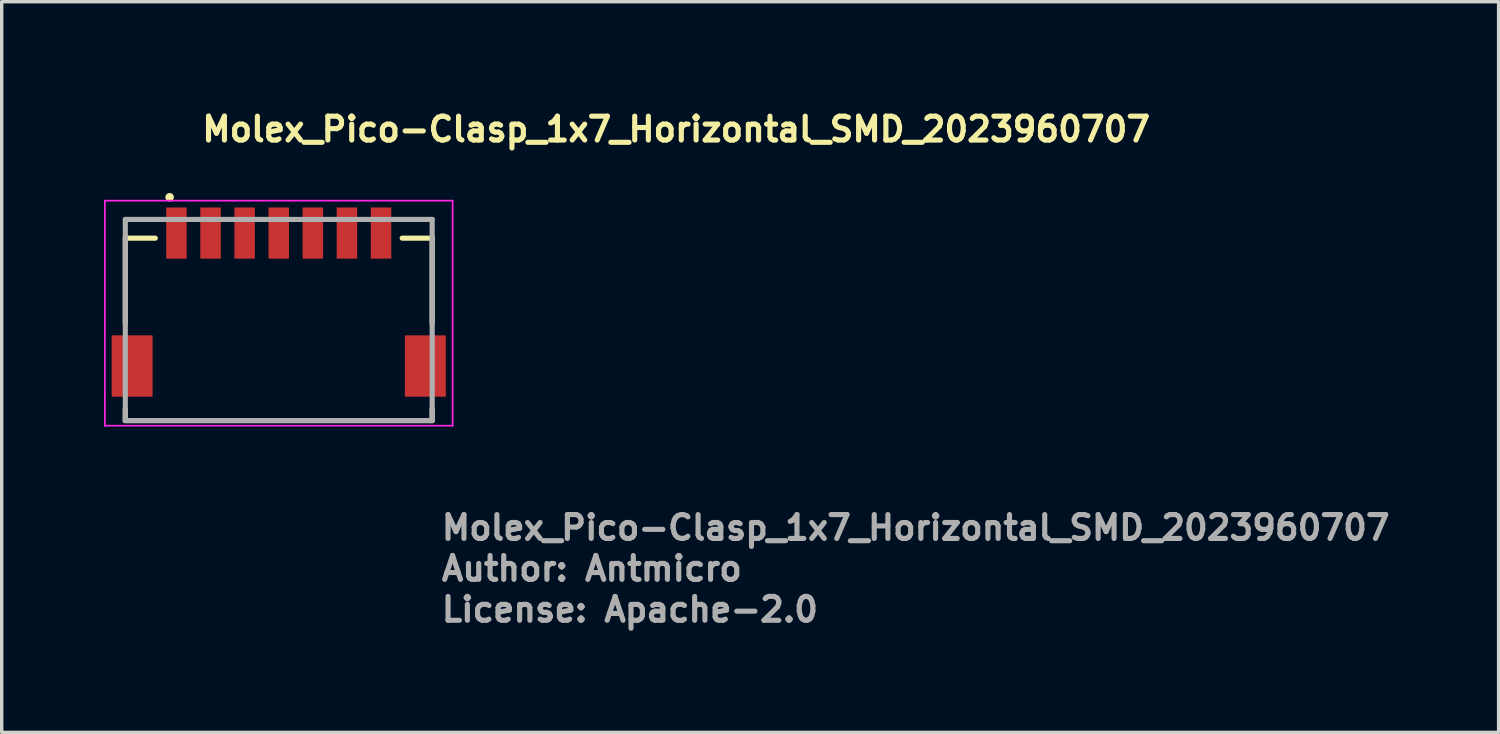
<source format=kicad_pcb>
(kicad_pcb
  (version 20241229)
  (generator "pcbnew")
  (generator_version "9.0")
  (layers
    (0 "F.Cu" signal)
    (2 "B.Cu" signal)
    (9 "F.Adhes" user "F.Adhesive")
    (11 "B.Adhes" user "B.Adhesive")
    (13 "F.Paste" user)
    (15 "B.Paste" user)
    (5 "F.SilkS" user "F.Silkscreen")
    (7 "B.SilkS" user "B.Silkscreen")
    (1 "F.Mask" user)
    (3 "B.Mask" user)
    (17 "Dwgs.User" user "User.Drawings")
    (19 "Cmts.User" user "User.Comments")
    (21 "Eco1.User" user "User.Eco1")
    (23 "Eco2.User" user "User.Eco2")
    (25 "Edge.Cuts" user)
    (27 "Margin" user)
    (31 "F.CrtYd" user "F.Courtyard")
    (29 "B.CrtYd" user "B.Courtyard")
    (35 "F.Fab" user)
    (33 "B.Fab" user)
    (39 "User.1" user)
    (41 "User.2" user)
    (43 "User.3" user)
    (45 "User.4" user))
  (footprint "Molex_Pico-Clasp_1x7_Horizontal_SMD_2023960707"
    (layer "F.Cu")
    (at 5.125 6.335)
    (property "Reference" "Molex_Pico-Clasp_1x7_Horizontal_SMD_2023960707" (at -2.325 -5.185 0) (layer "F.SilkS") (effects (font (size 0.7 0.7) (thickness 0.15)) (justify left bottom)))
    (attr smd)
    (fp_poly (pts (xy -4.976 0.374) (xy -3.624 0.374) (xy -3.624 2.326) (xy -4.976 2.326)) (stroke (width 0.01) (type solid)) (fill yes) (layer "F.Mask"))
    (fp_poly (pts (xy -3.376 -3.376) (xy -2.624 -3.376) (xy -2.624 -1.724) (xy -3.376 -1.724)) (stroke (width 0.01) (type solid)) (fill yes) (layer "F.Mask"))
    (fp_poly (pts (xy -2.376 -3.376) (xy -1.624 -3.376) (xy -1.624 -1.724) (xy -2.376 -1.724)) (stroke (width 0.01) (type solid)) (fill yes) (layer "F.Mask"))
    (fp_poly (pts (xy -1.376 -3.376) (xy -0.624 -3.376) (xy -0.624 -1.724) (xy -1.376 -1.724)) (stroke (width 0.01) (type solid)) (fill yes) (layer "F.Mask"))
    (fp_poly (pts (xy -0.376 -3.376) (xy 0.376 -3.376) (xy 0.376 -1.724) (xy -0.376 -1.724)) (stroke (width 0.01) (type solid)) (fill yes) (layer "F.Mask"))
    (fp_poly (pts (xy 0.624 -3.376) (xy 1.376 -3.376) (xy 1.376 -1.724) (xy 0.624 -1.724)) (stroke (width 0.01) (type solid)) (fill yes) (layer "F.Mask"))
    (fp_poly (pts (xy 1.624 -3.376) (xy 2.376 -3.376) (xy 2.376 -1.724) (xy 1.624 -1.724)) (stroke (width 0.01) (type solid)) (fill yes) (layer "F.Mask"))
    (fp_poly (pts (xy 2.624 -3.376) (xy 3.376 -3.376) (xy 3.376 -1.724) (xy 2.624 -1.724)) (stroke (width 0.01) (type solid)) (fill yes) (layer "F.Mask"))
    (fp_poly (pts (xy 3.624 0.374) (xy 4.976 0.374) (xy 4.976 2.326) (xy 3.624 2.326)) (stroke (width 0.01) (type solid)) (fill yes) (layer "F.Mask"))
    (fp_line (start -4.5 -2.4) (end -3.62 -2.4) (stroke (width 0.15) (type solid)) (layer "F.SilkS"))
    (fp_line (start -4.5 0.1) (end -4.5 -2.4) (stroke (width 0.15) (type solid)) (layer "F.SilkS"))
    (fp_line (start -4.5 2.6) (end -4.5 2.95) (stroke (width 0.15) (type solid)) (layer "F.SilkS"))
    (fp_line (start -4.5 2.95) (end 4.5 2.95) (stroke (width 0.15) (type solid)) (layer "F.SilkS"))
    (fp_line (start 3.62 -2.4) (end 4.5 -2.4) (stroke (width 0.15) (type solid)) (layer "F.SilkS"))
    (fp_line (start 4.5 -2.4) (end 4.5 0.1) (stroke (width 0.15) (type solid)) (layer "F.SilkS"))
    (fp_line (start 4.5 2.95) (end 4.5 2.6) (stroke (width 0.15) (type solid)) (layer "F.SilkS"))
    (fp_circle (center -3.2 -3.6) (end -3.15 -3.6) (stroke (width 0.15) (type solid)) (fill yes) (layer "F.SilkS"))
    (fp_line (start -5.1 -3.5) (end 5.1 -3.5) (stroke (width 0.05) (type solid)) (layer "F.CrtYd"))
    (fp_line (start -5.1 3.1) (end -5.1 -3.5) (stroke (width 0.05) (type solid)) (layer "F.CrtYd"))
    (fp_line (start -5.1 3.1) (end 5.1 3.1) (stroke (width 0.05) (type solid)) (layer "F.CrtYd"))
    (fp_line (start 5.1 -3.5) (end 5.1 3.1) (stroke (width 0.05) (type solid)) (layer "F.CrtYd"))
    (fp_line (start -4.5 -2.95) (end 4.5 -2.95) (stroke (width 0.15) (type solid)) (layer "F.Fab"))
    (fp_line (start -4.5 2.95) (end -4.5 -2.95) (stroke (width 0.15) (type solid)) (layer "F.Fab"))
    (fp_line (start 4.5 -2.95) (end 4.5 2.95) (stroke (width 0.15) (type solid)) (layer "F.Fab"))
    (fp_line (start 4.5 2.95) (end -4.5 2.95) (stroke (width 0.15) (type solid)) (layer "F.Fab"))
    (fp_line (start -4.5 -2.44) (end -4.5 -1.69) (stroke (width 0.1) (type solid)) (layer "User.9"))
    (fp_line (start -4.5 -1.69) (end -4.499 -1.69) (stroke (width 0.1) (type solid)) (layer "User.9"))
    (fp_line (start -4.5 2.91) (end -4.5 -1.69) (stroke (width 0.1) (type solid)) (layer "User.9"))
    (fp_line (start -4.499 -1.69) (end -4.495 -1.69) (stroke (width 0.1) (type solid)) (layer "User.9"))
    (fp_line (start -4.499 2.91) (end -4.5 2.91) (stroke (width 0.1) (type solid)) (layer "User.9"))
    (fp_line (start -4.495 -1.69) (end -4.489 -1.69) (stroke (width 0.1) (type solid)) (layer "User.9"))
    (fp_line (start -4.495 2.91) (end -4.499 2.91) (stroke (width 0.1) (type solid)) (layer "User.9"))
    (fp_line (start -4.489 -1.69) (end -4.48 -1.69) (stroke (width 0.1) (type solid)) (layer "User.9"))
    (fp_line (start -4.489 2.91) (end -4.495 2.91) (stroke (width 0.1) (type solid)) (layer "User.9"))
    (fp_line (start -4.48 -1.69) (end -4.469 -1.69) (stroke (width 0.1) (type solid)) (layer "User.9"))
    (fp_line (start -4.48 2.91) (end -4.489 2.91) (stroke (width 0.1) (type solid)) (layer "User.9"))
    (fp_line (start -4.469 -1.69) (end -4.456 -1.69) (stroke (width 0.1) (type solid)) (layer "User.9"))
    (fp_line (start -4.469 2.91) (end -4.48 2.91) (stroke (width 0.1) (type solid)) (layer "User.9"))
    (fp_line (start -4.456 -1.69) (end -4.441 -1.69) (stroke (width 0.1) (type solid)) (layer "User.9"))
    (fp_line (start -4.456 2.91) (end -4.469 2.91) (stroke (width 0.1) (type solid)) (layer "User.9"))
    (fp_line (start -4.441 -1.69) (end -4.425 -1.69) (stroke (width 0.1) (type solid)) (layer "User.9"))
    (fp_line (start -4.441 2.91) (end -4.456 2.91) (stroke (width 0.1) (type solid)) (layer "User.9"))
    (fp_line (start -4.425 -1.69) (end -4.406 -1.69) (stroke (width 0.1) (type solid)) (layer "User.9"))
    (fp_line (start -4.425 2.91) (end -4.441 2.91) (stroke (width 0.1) (type solid)) (layer "User.9"))
    (fp_line (start -4.406 -1.69) (end -4.387 -1.69) (stroke (width 0.1) (type solid)) (layer "User.9"))
    (fp_line (start -4.406 2.91) (end -4.425 2.91) (stroke (width 0.1) (type solid)) (layer "User.9"))
    (fp_line (start -4.387 -1.69) (end -4.366 -1.69) (stroke (width 0.1) (type solid)) (layer "User.9"))
    (fp_line (start -4.387 2.91) (end -4.406 2.91) (stroke (width 0.1) (type solid)) (layer "User.9"))
    (fp_line (start -4.366 -1.69) (end -4.345 -1.69) (stroke (width 0.1) (type solid)) (layer "User.9"))
    (fp_line (start -4.366 2.91) (end -4.387 2.91) (stroke (width 0.1) (type solid)) (layer "User.9"))
    (fp_line (start -4.345 -1.69) (end -4.322 -1.69) (stroke (width 0.1) (type solid)) (layer "User.9"))
    (fp_line (start -4.345 2.91) (end -4.366 2.91) (stroke (width 0.1) (type solid)) (layer "User.9"))
    (fp_line (start -4.322 -1.69) (end -4.3 -1.69) (stroke (width 0.1) (type solid)) (layer "User.9"))
    (fp_line (start -4.322 2.91) (end -4.345 2.91) (stroke (width 0.1) (type solid)) (layer "User.9"))
    (fp_line (start -4.3 -1.69) (end -4.3 2.91) (stroke (width 0.1) (type solid)) (layer "User.9"))
    (fp_line (start -4.3 -1.69) (end -3.86 -1.69) (stroke (width 0.1) (type solid)) (layer "User.9"))
    (fp_line (start -4.3 2.91) (end -4.322 2.91) (stroke (width 0.1) (type solid)) (layer "User.9"))
    (fp_line (start -3.86 -1.69) (end -3.66 -2.44) (stroke (width 0.1) (type solid)) (layer "User.9"))
    (fp_line (start -3.66 -2.44) (end -4.5 -2.44) (stroke (width 0.1) (type solid)) (layer "User.9"))
    (fp_line (start -3.125 -2.99) (end -3.125 -2.89) (stroke (width 0.1) (type solid)) (layer "User.9"))
    (fp_line (start -3.125 -2.89) (end -3.125 -2.44) (stroke (width 0.1) (type solid)) (layer "User.9"))
    (fp_line (start -2.875 -2.99) (end -3.125 -2.99) (stroke (width 0.1) (type solid)) (layer "User.9"))
    (fp_line (start -2.875 -2.99) (end -2.875 -2.89) (stroke (width 0.1) (type solid)) (layer "User.9"))
    (fp_line (start -2.875 -2.89) (end -3.125 -2.89) (stroke (width 0.1) (type solid)) (layer "User.9"))
    (fp_line (start -2.875 -2.89) (end -2.875 -2.44) (stroke (width 0.1) (type solid)) (layer "User.9"))
    (fp_line (start -2.8 2.1) (end -2.8 2.91) (stroke (width 0.1) (type solid)) (layer "User.9"))
    (fp_line (start -2.8 2.1) (end -2.45 2.1) (stroke (width 0.1) (type solid)) (layer "User.9"))
    (fp_line (start -2.8 2.76) (end -2.25 2.76) (stroke (width 0.1) (type solid)) (layer "User.9"))
    (fp_line (start -2.8 2.91) (end -4.3 2.91) (stroke (width 0.1) (type solid)) (layer "User.9"))
    (fp_line (start -2.45 -2.44) (end -3.66 -2.44) (stroke (width 0.1) (type solid)) (layer "User.9"))
    (fp_line (start -2.45 -2.44) (end -2.428 -2.44) (stroke (width 0.1) (type solid)) (layer "User.9"))
    (fp_line (start -2.45 2.1) (end -2.45 -2.44) (stroke (width 0.1) (type solid)) (layer "User.9"))
    (fp_line (start -2.428 -2.44) (end -2.405 -2.44) (stroke (width 0.1) (type solid)) (layer "User.9"))
    (fp_line (start -2.428 2.1) (end -2.45 2.1) (stroke (width 0.1) (type solid)) (layer "User.9"))
    (fp_line (start -2.405 -2.44) (end -2.384 -2.44) (stroke (width 0.1) (type solid)) (layer "User.9"))
    (fp_line (start -2.405 2.1) (end -2.428 2.1) (stroke (width 0.1) (type solid)) (layer "User.9"))
    (fp_line (start -2.384 -2.44) (end -2.363 -2.44) (stroke (width 0.1) (type solid)) (layer "User.9"))
    (fp_line (start -2.384 2.1) (end -2.405 2.1) (stroke (width 0.1) (type solid)) (layer "User.9"))
    (fp_line (start -2.363 -2.44) (end -2.344 -2.44) (stroke (width 0.1) (type solid)) (layer "User.9"))
    (fp_line (start -2.363 2.1) (end -2.384 2.1) (stroke (width 0.1) (type solid)) (layer "User.9"))
    (fp_line (start -2.344 -2.44) (end -2.325 -2.44) (stroke (width 0.1) (type solid)) (layer "User.9"))
    (fp_line (start -2.344 2.1) (end -2.363 2.1) (stroke (width 0.1) (type solid)) (layer "User.9"))
    (fp_line (start -2.325 -2.44) (end -2.309 -2.44) (stroke (width 0.1) (type solid)) (layer "User.9"))
    (fp_line (start -2.325 2.1) (end -2.344 2.1) (stroke (width 0.1) (type solid)) (layer "User.9"))
    (fp_line (start -2.309 -2.44) (end -2.294 -2.44) (stroke (width 0.1) (type solid)) (layer "User.9"))
    (fp_line (start -2.309 2.1) (end -2.325 2.1) (stroke (width 0.1) (type solid)) (layer "User.9"))
    (fp_line (start -2.294 -2.44) (end -2.281 -2.44) (stroke (width 0.1) (type solid)) (layer "User.9"))
    (fp_line (start -2.294 2.1) (end -2.309 2.1) (stroke (width 0.1) (type solid)) (layer "User.9"))
    (fp_line (start -2.281 -2.44) (end -2.27 -2.44) (stroke (width 0.1) (type solid)) (layer "User.9"))
    (fp_line (start -2.281 2.1) (end -2.294 2.1) (stroke (width 0.1) (type solid)) (layer "User.9"))
    (fp_line (start -2.27 -2.44) (end -2.261 -2.44) (stroke (width 0.1) (type solid)) (layer "User.9"))
    (fp_line (start -2.27 2.1) (end -2.281 2.1) (stroke (width 0.1) (type solid)) (layer "User.9"))
    (fp_line (start -2.261 -2.44) (end -2.255 -2.44) (stroke (width 0.1) (type solid)) (layer "User.9"))
    (fp_line (start -2.261 2.1) (end -2.27 2.1) (stroke (width 0.1) (type solid)) (layer "User.9"))
    (fp_line (start -2.255 -2.44) (end -2.251 -2.44) (stroke (width 0.1) (type solid)) (layer "User.9"))
    (fp_line (start -2.255 2.1) (end -2.261 2.1) (stroke (width 0.1) (type solid)) (layer "User.9"))
    (fp_line (start -2.251 -2.44) (end -2.25 -2.44) (stroke (width 0.1) (type solid)) (layer "User.9"))
    (fp_line (start -2.251 2.1) (end -2.255 2.1) (stroke (width 0.1) (type solid)) (layer "User.9"))
    (fp_line (start -2.25 -2.44) (end 2.25 -2.44) (stroke (width 0.1) (type solid)) (layer "User.9"))
    (fp_line (start -2.25 2.1) (end -2.251 2.1) (stroke (width 0.1) (type solid)) (layer "User.9"))
    (fp_line (start -2.25 2.91) (end -2.8 2.91) (stroke (width 0.1) (type solid)) (layer "User.9"))
    (fp_line (start -2.25 2.91) (end -2.25 -2.44) (stroke (width 0.1) (type solid)) (layer "User.9"))
    (fp_line (start -2.249 -2.439) (end -2.25 -2.44) (stroke (width 0.1) (type solid)) (layer "User.9"))
    (fp_line (start -2.249 2.91) (end -2.25 2.91) (stroke (width 0.1) (type solid)) (layer "User.9"))
    (fp_line (start -2.245 -2.435) (end -2.249 -2.439) (stroke (width 0.1) (type solid)) (layer "User.9"))
    (fp_line (start -2.245 2.91) (end -2.249 2.91) (stroke (width 0.1) (type solid)) (layer "User.9"))
    (fp_line (start -2.239 -2.429) (end -2.245 -2.435) (stroke (width 0.1) (type solid)) (layer "User.9"))
    (fp_line (start -2.239 2.91) (end -2.245 2.91) (stroke (width 0.1) (type solid)) (layer "User.9"))
    (fp_line (start -2.23 -2.42) (end -2.239 -2.429) (stroke (width 0.1) (type solid)) (layer "User.9"))
    (fp_line (start -2.23 2.91) (end -2.239 2.91) (stroke (width 0.1) (type solid)) (layer "User.9"))
    (fp_line (start -2.219 -2.409) (end -2.23 -2.42) (stroke (width 0.1) (type solid)) (layer "User.9"))
    (fp_line (start -2.219 2.91) (end -2.23 2.91) (stroke (width 0.1) (type solid)) (layer "User.9"))
    (fp_line (start -2.206 -2.396) (end -2.219 -2.409) (stroke (width 0.1) (type solid)) (layer "User.9"))
    (fp_line (start -2.206 2.91) (end -2.219 2.91) (stroke (width 0.1) (type solid)) (layer "User.9"))
    (fp_line (start -2.191 -2.381) (end -2.206 -2.396) (stroke (width 0.1) (type solid)) (layer "User.9"))
    (fp_line (start -2.191 2.91) (end -2.206 2.91) (stroke (width 0.1) (type solid)) (layer "User.9"))
    (fp_line (start -2.175 -2.365) (end -2.191 -2.381) (stroke (width 0.1) (type solid)) (layer "User.9"))
    (fp_line (start -2.175 2.91) (end -2.191 2.91) (stroke (width 0.1) (type solid)) (layer "User.9"))
    (fp_line (start -2.156 -2.346) (end -2.175 -2.365) (stroke (width 0.1) (type solid)) (layer "User.9"))
    (fp_line (start -2.156 2.91) (end -2.175 2.91) (stroke (width 0.1) (type solid)) (layer "User.9"))
    (fp_line (start -2.137 -2.327) (end -2.156 -2.346) (stroke (width 0.1) (type solid)) (layer "User.9"))
    (fp_line (start -2.137 2.91) (end -2.156 2.91) (stroke (width 0.1) (type solid)) (layer "User.9"))
    (fp_line (start -2.125 -2.99) (end -2.125 -2.89) (stroke (width 0.1) (type solid)) (layer "User.9"))
    (fp_line (start -2.125 -2.89) (end -2.125 -2.44) (stroke (width 0.1) (type solid)) (layer "User.9"))
    (fp_line (start -2.116 -2.306) (end -2.137 -2.327) (stroke (width 0.1) (type solid)) (layer "User.9"))
    (fp_line (start -2.116 2.91) (end -2.137 2.91) (stroke (width 0.1) (type solid)) (layer "User.9"))
    (fp_line (start -2.095 -2.285) (end -2.116 -2.306) (stroke (width 0.1) (type solid)) (layer "User.9"))
    (fp_line (start -2.095 2.91) (end -2.116 2.91) (stroke (width 0.1) (type solid)) (layer "User.9"))
    (fp_line (start -2.072 -2.262) (end -2.095 -2.285) (stroke (width 0.1) (type solid)) (layer "User.9"))
    (fp_line (start -2.072 2.91) (end -2.095 2.91) (stroke (width 0.1) (type solid)) (layer "User.9"))
    (fp_line (start -2.05 -2.24) (end -2.072 -2.262) (stroke (width 0.1) (type solid)) (layer "User.9"))
    (fp_line (start -2.05 -2.24) (end -2.05 2.91) (stroke (width 0.1) (type solid)) (layer "User.9"))
    (fp_line (start -2.05 2.91) (end -2.072 2.91) (stroke (width 0.1) (type solid)) (layer "User.9"))
    (fp_line (start -1.875 -2.99) (end -2.125 -2.99) (stroke (width 0.1) (type solid)) (layer "User.9"))
    (fp_line (start -1.875 -2.99) (end -1.875 -2.89) (stroke (width 0.1) (type solid)) (layer "User.9"))
    (fp_line (start -1.875 -2.89) (end -2.125 -2.89) (stroke (width 0.1) (type solid)) (layer "User.9"))
    (fp_line (start -1.875 -2.89) (end -1.875 -2.44) (stroke (width 0.1) (type solid)) (layer "User.9"))
    (fp_line (start -1.125 -2.99) (end -1.125 -2.89) (stroke (width 0.1) (type solid)) (layer "User.9"))
    (fp_line (start -1.125 -2.89) (end -1.125 -2.44) (stroke (width 0.1) (type solid)) (layer "User.9"))
    (fp_line (start -0.95 0.35) (end -0.95 1.85) (stroke (width 0.1) (type solid)) (layer "User.9"))
    (fp_line (start -0.95 1.7) (end 0.95 1.7) (stroke (width 0.1) (type solid)) (layer "User.9"))
    (fp_line (start -0.875 -2.99) (end -1.125 -2.99) (stroke (width 0.1) (type solid)) (layer "User.9"))
    (fp_line (start -0.875 -2.99) (end -0.875 -2.89) (stroke (width 0.1) (type solid)) (layer "User.9"))
    (fp_line (start -0.875 -2.89) (end -1.125 -2.89) (stroke (width 0.1) (type solid)) (layer "User.9"))
    (fp_line (start -0.875 -2.89) (end -0.875 -2.44) (stroke (width 0.1) (type solid)) (layer "User.9"))
    (fp_line (start -0.875 0.35) (end -0.875 0.8) (stroke (width 0.1) (type solid)) (layer "User.9"))
    (fp_line (start -0.875 0.8) (end -0.95 0.8) (stroke (width 0.1) (type solid)) (layer "User.9"))
    (fp_line (start -0.125 -2.99) (end -0.125 -2.89) (stroke (width 0.1) (type solid)) (layer "User.9"))
    (fp_line (start -0.125 -2.89) (end -0.125 -2.44) (stroke (width 0.1) (type solid)) (layer "User.9"))
    (fp_line (start -0.125 0.35) (end -0.125 0.8) (stroke (width 0.1) (type solid)) (layer "User.9"))
    (fp_line (start 0.125 -2.99) (end -0.125 -2.99) (stroke (width 0.1) (type solid)) (layer "User.9"))
    (fp_line (start 0.125 -2.99) (end 0.125 -2.89) (stroke (width 0.1) (type solid)) (layer "User.9"))
    (fp_line (start 0.125 -2.89) (end -0.125 -2.89) (stroke (width 0.1) (type solid)) (layer "User.9"))
    (fp_line (start 0.125 -2.89) (end 0.125 -2.44) (stroke (width 0.1) (type solid)) (layer "User.9"))
    (fp_line (start 0.125 0.35) (end 0.125 0.8) (stroke (width 0.1) (type solid)) (layer "User.9"))
    (fp_line (start 0.125 0.8) (end -0.125 0.8) (stroke (width 0.1) (type solid)) (layer "User.9"))
    (fp_line (start 0.875 -2.99) (end 0.875 -2.89) (stroke (width 0.1) (type solid)) (layer "User.9"))
    (fp_line (start 0.875 -2.89) (end 0.875 -2.44) (stroke (width 0.1) (type solid)) (layer "User.9"))
    (fp_line (start 0.875 0.35) (end 0.875 0.8) (stroke (width 0.1) (type solid)) (layer "User.9"))
    (fp_line (start 0.95 0.35) (end -0.95 0.35) (stroke (width 0.1) (type solid)) (layer "User.9"))
    (fp_line (start 0.95 0.35) (end 0.95 1.85) (stroke (width 0.1) (type solid)) (layer "User.9"))
    (fp_line (start 0.95 0.8) (end 0.875 0.8) (stroke (width 0.1) (type solid)) (layer "User.9"))
    (fp_line (start 0.95 1.8) (end -0.95 1.8) (stroke (width 0.1) (type solid)) (layer "User.9"))
    (fp_line (start 0.95 1.85) (end -0.95 1.85) (stroke (width 0.1) (type solid)) (layer "User.9"))
    (fp_line (start 1.125 -2.99) (end 0.875 -2.99) (stroke (width 0.1) (type solid)) (layer "User.9"))
    (fp_line (start 1.125 -2.99) (end 1.125 -2.89) (stroke (width 0.1) (type solid)) (layer "User.9"))
    (fp_line (start 1.125 -2.89) (end 0.875 -2.89) (stroke (width 0.1) (type solid)) (layer "User.9"))
    (fp_line (start 1.125 -2.89) (end 1.125 -2.44) (stroke (width 0.1) (type solid)) (layer "User.9"))
    (fp_line (start 1.875 -2.99) (end 1.875 -2.89) (stroke (width 0.1) (type solid)) (layer "User.9"))
    (fp_line (start 1.875 -2.89) (end 1.875 -2.44) (stroke (width 0.1) (type solid)) (layer "User.9"))
    (fp_line (start 2.05 -2.24) (end -2.05 -2.24) (stroke (width 0.1) (type solid)) (layer "User.9"))
    (fp_line (start 2.05 -2.24) (end 2.072 -2.262) (stroke (width 0.1) (type solid)) (layer "User.9"))
    (fp_line (start 2.05 2.91) (end -2.05 2.91) (stroke (width 0.1) (type solid)) (layer "User.9"))
    (fp_line (start 2.05 2.91) (end 2.05 -2.24) (stroke (width 0.1) (type solid)) (layer "User.9"))
    (fp_line (start 2.072 -2.262) (end 2.095 -2.285) (stroke (width 0.1) (type solid)) (layer "User.9"))
    (fp_line (start 2.072 2.91) (end 2.05 2.91) (stroke (width 0.1) (type solid)) (layer "User.9"))
    (fp_line (start 2.095 -2.285) (end 2.116 -2.306) (stroke (width 0.1) (type solid)) (layer "User.9"))
    (fp_line (start 2.095 2.91) (end 2.072 2.91) (stroke (width 0.1) (type solid)) (layer "User.9"))
    (fp_line (start 2.116 -2.306) (end 2.137 -2.327) (stroke (width 0.1) (type solid)) (layer "User.9"))
    (fp_line (start 2.116 2.91) (end 2.095 2.91) (stroke (width 0.1) (type solid)) (layer "User.9"))
    (fp_line (start 2.125 -2.99) (end 1.875 -2.99) (stroke (width 0.1) (type solid)) (layer "User.9"))
    (fp_line (start 2.125 -2.99) (end 2.125 -2.89) (stroke (width 0.1) (type solid)) (layer "User.9"))
    (fp_line (start 2.125 -2.89) (end 1.875 -2.89) (stroke (width 0.1) (type solid)) (layer "User.9"))
    (fp_line (start 2.125 -2.89) (end 2.125 -2.44) (stroke (width 0.1) (type solid)) (layer "User.9"))
    (fp_line (start 2.137 -2.327) (end 2.156 -2.346) (stroke (width 0.1) (type solid)) (layer "User.9"))
    (fp_line (start 2.137 2.91) (end 2.116 2.91) (stroke (width 0.1) (type solid)) (layer "User.9"))
    (fp_line (start 2.156 -2.346) (end 2.175 -2.365) (stroke (width 0.1) (type solid)) (layer "User.9"))
    (fp_line (start 2.156 2.91) (end 2.137 2.91) (stroke (width 0.1) (type solid)) (layer "User.9"))
    (fp_line (start 2.175 -2.365) (end 2.191 -2.381) (stroke (width 0.1) (type solid)) (layer "User.9"))
    (fp_line (start 2.175 2.91) (end 2.156 2.91) (stroke (width 0.1) (type solid)) (layer "User.9"))
    (fp_line (start 2.191 -2.381) (end 2.206 -2.396) (stroke (width 0.1) (type solid)) (layer "User.9"))
    (fp_line (start 2.191 2.91) (end 2.175 2.91) (stroke (width 0.1) (type solid)) (layer "User.9"))
    (fp_line (start 2.206 -2.396) (end 2.219 -2.409) (stroke (width 0.1) (type solid)) (layer "User.9"))
    (fp_line (start 2.206 2.91) (end 2.191 2.91) (stroke (width 0.1) (type solid)) (layer "User.9"))
    (fp_line (start 2.219 -2.409) (end 2.23 -2.42) (stroke (width 0.1) (type solid)) (layer "User.9"))
    (fp_line (start 2.219 2.91) (end 2.206 2.91) (stroke (width 0.1) (type solid)) (layer "User.9"))
    (fp_line (start 2.23 -2.42) (end 2.239 -2.429) (stroke (width 0.1) (type solid)) (layer "User.9"))
    (fp_line (start 2.23 2.91) (end 2.219 2.91) (stroke (width 0.1) (type solid)) (layer "User.9"))
    (fp_line (start 2.239 -2.429) (end 2.245 -2.435) (stroke (width 0.1) (type solid)) (layer "User.9"))
    (fp_line (start 2.239 2.91) (end 2.23 2.91) (stroke (width 0.1) (type solid)) (layer "User.9"))
    (fp_line (start 2.245 -2.435) (end 2.249 -2.439) (stroke (width 0.1) (type solid)) (layer "User.9"))
    (fp_line (start 2.245 2.91) (end 2.239 2.91) (stroke (width 0.1) (type solid)) (layer "User.9"))
    (fp_line (start 2.249 -2.439) (end 2.25 -2.44) (stroke (width 0.1) (type solid)) (layer "User.9"))
    (fp_line (start 2.249 2.91) (end 2.245 2.91) (stroke (width 0.1) (type solid)) (layer "User.9"))
    (fp_line (start 2.25 -2.44) (end 2.25 2.91) (stroke (width 0.1) (type solid)) (layer "User.9"))
    (fp_line (start 2.25 -2.44) (end 2.251 -2.44) (stroke (width 0.1) (type solid)) (layer "User.9"))
    (fp_line (start 2.25 2.76) (end 2.8 2.76) (stroke (width 0.1) (type solid)) (layer "User.9"))
    (fp_line (start 2.25 2.91) (end 2.249 2.91) (stroke (width 0.1) (type solid)) (layer "User.9"))
    (fp_line (start 2.251 -2.44) (end 2.255 -2.44) (stroke (width 0.1) (type solid)) (layer "User.9"))
    (fp_line (start 2.251 2.1) (end 2.25 2.1) (stroke (width 0.1) (type solid)) (layer "User.9"))
    (fp_line (start 2.255 -2.44) (end 2.261 -2.44) (stroke (width 0.1) (type solid)) (layer "User.9"))
    (fp_line (start 2.255 2.1) (end 2.251 2.1) (stroke (width 0.1) (type solid)) (layer "User.9"))
    (fp_line (start 2.261 -2.44) (end 2.27 -2.44) (stroke (width 0.1) (type solid)) (layer "User.9"))
    (fp_line (start 2.261 2.1) (end 2.255 2.1) (stroke (width 0.1) (type solid)) (layer "User.9"))
    (fp_line (start 2.27 -2.44) (end 2.281 -2.44) (stroke (width 0.1) (type solid)) (layer "User.9"))
    (fp_line (start 2.27 2.1) (end 2.261 2.1) (stroke (width 0.1) (type solid)) (layer "User.9"))
    (fp_line (start 2.281 -2.44) (end 2.294 -2.44) (stroke (width 0.1) (type solid)) (layer "User.9"))
    (fp_line (start 2.281 2.1) (end 2.27 2.1) (stroke (width 0.1) (type solid)) (layer "User.9"))
    (fp_line (start 2.294 -2.44) (end 2.309 -2.44) (stroke (width 0.1) (type solid)) (layer "User.9"))
    (fp_line (start 2.294 2.1) (end 2.281 2.1) (stroke (width 0.1) (type solid)) (layer "User.9"))
    (fp_line (start 2.309 -2.44) (end 2.325 -2.44) (stroke (width 0.1) (type solid)) (layer "User.9"))
    (fp_line (start 2.309 2.1) (end 2.294 2.1) (stroke (width 0.1) (type solid)) (layer "User.9"))
    (fp_line (start 2.325 -2.44) (end 2.344 -2.44) (stroke (width 0.1) (type solid)) (layer "User.9"))
    (fp_line (start 2.325 2.1) (end 2.309 2.1) (stroke (width 0.1) (type solid)) (layer "User.9"))
    (fp_line (start 2.344 -2.44) (end 2.363 -2.44) (stroke (width 0.1) (type solid)) (layer "User.9"))
    (fp_line (start 2.344 2.1) (end 2.325 2.1) (stroke (width 0.1) (type solid)) (layer "User.9"))
    (fp_line (start 2.363 -2.44) (end 2.384 -2.44) (stroke (width 0.1) (type solid)) (layer "User.9"))
    (fp_line (start 2.363 2.1) (end 2.344 2.1) (stroke (width 0.1) (type solid)) (layer "User.9"))
    (fp_line (start 2.384 -2.44) (end 2.405 -2.44) (stroke (width 0.1) (type solid)) (layer "User.9"))
    (fp_line (start 2.384 2.1) (end 2.363 2.1) (stroke (width 0.1) (type solid)) (layer "User.9"))
    (fp_line (start 2.405 -2.44) (end 2.428 -2.44) (stroke (width 0.1) (type solid)) (layer "User.9"))
    (fp_line (start 2.405 2.1) (end 2.384 2.1) (stroke (width 0.1) (type solid)) (layer "User.9"))
    (fp_line (start 2.428 -2.44) (end 2.45 -2.44) (stroke (width 0.1) (type solid)) (layer "User.9"))
    (fp_line (start 2.428 2.1) (end 2.405 2.1) (stroke (width 0.1) (type solid)) (layer "User.9"))
    (fp_line (start 2.45 -2.44) (end 2.45 2.1) (stroke (width 0.1) (type solid)) (layer "User.9"))
    (fp_line (start 2.45 2.1) (end 2.428 2.1) (stroke (width 0.1) (type solid)) (layer "User.9"))
    (fp_line (start 2.45 2.1) (end 2.8 2.1) (stroke (width 0.1) (type solid)) (layer "User.9"))
    (fp_line (start 2.8 2.91) (end 2.25 2.91) (stroke (width 0.1) (type solid)) (layer "User.9"))
    (fp_line (start 2.8 2.91) (end 2.8 2.1) (stroke (width 0.1) (type solid)) (layer "User.9"))
    (fp_line (start 2.875 -2.99) (end 2.875 -2.89) (stroke (width 0.1) (type solid)) (layer "User.9"))
    (fp_line (start 2.875 -2.89) (end 2.875 -2.44) (stroke (width 0.1) (type solid)) (layer "User.9"))
    (fp_line (start 3.125 -2.99) (end 2.875 -2.99) (stroke (width 0.1) (type solid)) (layer "User.9"))
    (fp_line (start 3.125 -2.99) (end 3.125 -2.89) (stroke (width 0.1) (type solid)) (layer "User.9"))
    (fp_line (start 3.125 -2.89) (end 2.875 -2.89) (stroke (width 0.1) (type solid)) (layer "User.9"))
    (fp_line (start 3.125 -2.89) (end 3.125 -2.44) (stroke (width 0.1) (type solid)) (layer "User.9"))
    (fp_line (start 3.66 -2.44) (end 2.45 -2.44) (stroke (width 0.1) (type solid)) (layer "User.9"))
    (fp_line (start 3.66 -2.44) (end 3.86 -1.69) (stroke (width 0.1) (type solid)) (layer "User.9"))
    (fp_line (start 3.86 -1.69) (end 4.3 -1.69) (stroke (width 0.1) (type solid)) (layer "User.9"))
    (fp_line (start 4.3 -1.69) (end 4.322 -1.69) (stroke (width 0.1) (type solid)) (layer "User.9"))
    (fp_line (start 4.3 2.91) (end 2.8 2.91) (stroke (width 0.1) (type solid)) (layer "User.9"))
    (fp_line (start 4.3 2.91) (end 4.3 -1.69) (stroke (width 0.1) (type solid)) (layer "User.9"))
    (fp_line (start 4.322 -1.69) (end 4.345 -1.69) (stroke (width 0.1) (type solid)) (layer "User.9"))
    (fp_line (start 4.322 2.91) (end 4.3 2.91) (stroke (width 0.1) (type solid)) (layer "User.9"))
    (fp_line (start 4.345 -1.69) (end 4.366 -1.69) (stroke (width 0.1) (type solid)) (layer "User.9"))
    (fp_line (start 4.345 2.91) (end 4.322 2.91) (stroke (width 0.1) (type solid)) (layer "User.9"))
    (fp_line (start 4.366 -1.69) (end 4.387 -1.69) (stroke (width 0.1) (type solid)) (layer "User.9"))
    (fp_line (start 4.366 2.91) (end 4.345 2.91) (stroke (width 0.1) (type solid)) (layer "User.9"))
    (fp_line (start 4.387 -1.69) (end 4.406 -1.69) (stroke (width 0.1) (type solid)) (layer "User.9"))
    (fp_line (start 4.387 2.91) (end 4.366 2.91) (stroke (width 0.1) (type solid)) (layer "User.9"))
    (fp_line (start 4.406 -1.69) (end 4.425 -1.69) (stroke (width 0.1) (type solid)) (layer "User.9"))
    (fp_line (start 4.406 2.91) (end 4.387 2.91) (stroke (width 0.1) (type solid)) (layer "User.9"))
    (fp_line (start 4.425 -1.69) (end 4.441 -1.69) (stroke (width 0.1) (type solid)) (layer "User.9"))
    (fp_line (start 4.425 2.91) (end 4.406 2.91) (stroke (width 0.1) (type solid)) (layer "User.9"))
    (fp_line (start 4.441 -1.69) (end 4.456 -1.69) (stroke (width 0.1) (type solid)) (layer "User.9"))
    (fp_line (start 4.441 2.91) (end 4.425 2.91) (stroke (width 0.1) (type solid)) (layer "User.9"))
    (fp_line (start 4.456 -1.69) (end 4.469 -1.69) (stroke (width 0.1) (type solid)) (layer "User.9"))
    (fp_line (start 4.456 2.91) (end 4.441 2.91) (stroke (width 0.1) (type solid)) (layer "User.9"))
    (fp_line (start 4.469 -1.69) (end 4.48 -1.69) (stroke (width 0.1) (type solid)) (layer "User.9"))
    (fp_line (start 4.469 2.91) (end 4.456 2.91) (stroke (width 0.1) (type solid)) (layer "User.9"))
    (fp_line (start 4.48 -1.69) (end 4.489 -1.69) (stroke (width 0.1) (type solid)) (layer "User.9"))
    (fp_line (start 4.48 2.91) (end 4.469 2.91) (stroke (width 0.1) (type solid)) (layer "User.9"))
    (fp_line (start 4.489 -1.69) (end 4.495 -1.69) (stroke (width 0.1) (type solid)) (layer "User.9"))
    (fp_line (start 4.489 2.91) (end 4.48 2.91) (stroke (width 0.1) (type solid)) (layer "User.9"))
    (fp_line (start 4.495 -1.69) (end 4.499 -1.69) (stroke (width 0.1) (type solid)) (layer "User.9"))
    (fp_line (start 4.495 2.91) (end 4.489 2.91) (stroke (width 0.1) (type solid)) (layer "User.9"))
    (fp_line (start 4.499 -1.69) (end 4.5 -1.69) (stroke (width 0.1) (type solid)) (layer "User.9"))
    (fp_line (start 4.499 2.91) (end 4.495 2.91) (stroke (width 0.1) (type solid)) (layer "User.9"))
    (fp_line (start 4.5 -2.44) (end 3.66 -2.44) (stroke (width 0.1) (type solid)) (layer "User.9"))
    (fp_line (start 4.5 -1.69) (end 4.5 -2.44) (stroke (width 0.1) (type solid)) (layer "User.9"))
    (fp_line (start 4.5 -1.69) (end 4.5 2.91) (stroke (width 0.1) (type solid)) (layer "User.9"))
    (fp_line (start 4.5 2.91) (end 4.499 2.91) (stroke (width 0.1) (type solid)) (layer "User.9"))
    (fp_text user "License: Apache-2.0" (at 4.7 8.9 0) (layer "F.Fab") (effects (font (size 0.7 0.7) (thickness 0.15)) (justify left bottom)))
    (fp_text user "Author: Antmicro" (at 4.7 7.7 0) (layer "F.Fab") (effects (font (size 0.7 0.7) (thickness 0.15)) (justify left bottom)))
    (fp_text user "${REFERENCE}" (at 4.7 6.5 0) (layer "F.Fab") (effects (font (size 0.7 0.7) (thickness 0.15)) (justify left bottom)))
    (pad "1" smd rect (at -3 -2.55) (size 0.6 1.5) (layers "F.Cu" "F.Paste"))
    (pad "2" smd rect (at -2 -2.55) (size 0.6 1.5) (layers "F.Cu" "F.Paste"))
    (pad "3" smd rect (at -1 -2.55) (size 0.6 1.5) (layers "F.Cu" "F.Paste"))
    (pad "4" smd rect (at 0 -2.55) (size 0.6 1.5) (layers "F.Cu" "F.Paste"))
    (pad "5" smd rect (at 1 -2.55) (size 0.6 1.5) (layers "F.Cu" "F.Paste"))
    (pad "6" smd rect (at 2 -2.55) (size 0.6 1.5) (layers "F.Cu" "F.Paste"))
    (pad "7" smd rect (at 3 -2.55) (size 0.6 1.5) (layers "F.Cu" "F.Paste"))
    (pad "MP" smd rect (at -4.3 1.35) (size 1.2 1.8) (layers "F.Cu" "F.Paste"))
    (pad "MP" smd rect (at 4.3 1.35) (size 1.2 1.8) (layers "F.Cu" "F.Paste")))
  (gr_rect
    (start -3 -3)
    (end 40.902 18.43)
    (stroke (width 0.1) (type default))
    (fill no)
    (layer "Edge.Cuts")))
</source>
